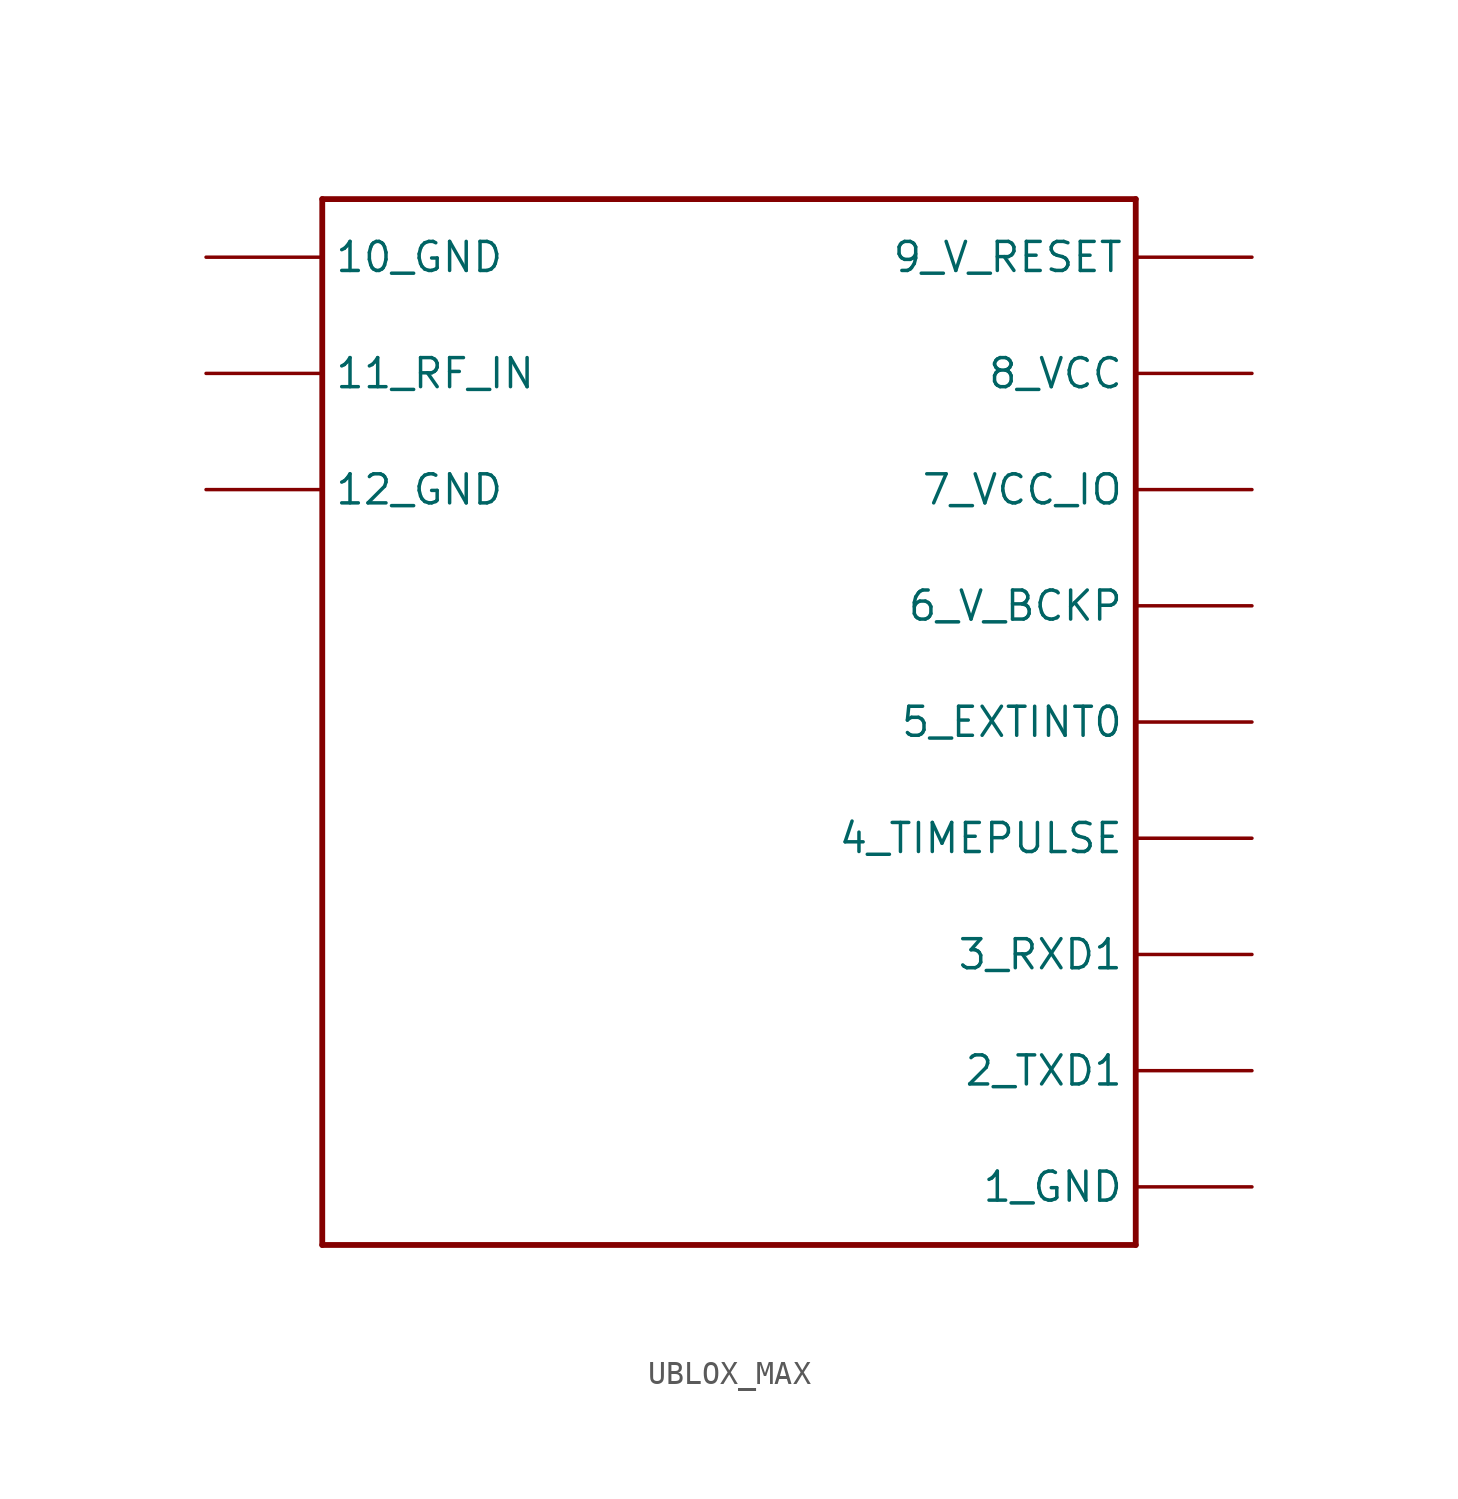
<source format=kicad_sym>
(kicad_symbol_lib
  (version 20211014)
  (generator kicad_symbol_editor)
  (symbol "UBLOX_MAX"
    (property "Reference" ""
      (at 0 0 0)
      (effects (font (size 1.27 1.27)) hide))
    (property "ki_locked" ""
      (at 0 0 0)
      (effects (font (size 1.27 1.27))))
    (symbol "UBLOX_MAX_1_0"
      (polyline (pts (xy -17.78 -27.94) (xy 17.78 -27.94)) (stroke (width 0.254) (type default) (color 0 0 0 0)) (fill (type none)))
      (polyline (pts (xy -17.78 17.78) (xy -17.78 -27.94)) (stroke (width 0.254) (type default) (color 0 0 0 0)) (fill (type none)))
      (polyline (pts (xy 17.78 -27.94) (xy 17.78 17.78)) (stroke (width 0.254) (type default) (color 0 0 0 0)) (fill (type none)))
      (polyline (pts (xy 17.78 17.78) (xy -17.78 17.78)) (stroke (width 0.254) (type default) (color 0 0 0 0)) (fill (type none)))
      (pin power_in line (at -22.86 15.24 0) (length 5.08) (name "10_GND" (effects (font (size 1.27 1.27)))) (number "10_GND" (effects (font (size 0 0)))))
      (pin bidirectional line (at -22.86 10.16 0) (length 5.08) (name "11_RF_IN" (effects (font (size 1.27 1.27)))) (number "11_RF_IN" (effects (font (size 0 0)))))
      (pin power_in line (at -22.86 5.08 0) (length 5.08) (name "12_GND" (effects (font (size 1.27 1.27)))) (number "12_GND" (effects (font (size 0 0)))))
      (pin power_in line (at 22.86 -25.4 180) (length 5.08) (name "1_GND" (effects (font (size 1.27 1.27)))) (number "1_GND" (effects (font (size 0 0)))))
      (pin bidirectional line (at 22.86 -20.32 180) (length 5.08) (name "2_TXD1" (effects (font (size 1.27 1.27)))) (number "2_TXD1" (effects (font (size 0 0)))))
      (pin bidirectional line (at 22.86 -15.24 180) (length 5.08) (name "3_RXD1" (effects (font (size 1.27 1.27)))) (number "3_RXD1" (effects (font (size 0 0)))))
      (pin bidirectional line (at 22.86 -10.16 180) (length 5.08) (name "4_TIMEPULSE" (effects (font (size 1.27 1.27)))) (number "4_TIMEPULSE" (effects (font (size 0 0)))))
      (pin bidirectional line (at 22.86 -5.08 180) (length 5.08) (name "5_EXTINT0" (effects (font (size 1.27 1.27)))) (number "5_EXTINT0" (effects (font (size 0 0)))))
      (pin bidirectional line (at 22.86 0 180) (length 5.08) (name "6_V_BCKP" (effects (font (size 1.27 1.27)))) (number "6_V_BCKP" (effects (font (size 0 0)))))
      (pin power_in line (at 22.86 5.08 180) (length 5.08) (name "7_VCC_IO" (effects (font (size 1.27 1.27)))) (number "7_VCC_IO" (effects (font (size 0 0)))))
      (pin power_in line (at 22.86 10.16 180) (length 5.08) (name "8_VCC" (effects (font (size 1.27 1.27)))) (number "8_VCC" (effects (font (size 0 0)))))
      (pin power_in line (at 22.86 15.24 180) (length 5.08) (name "9_V_RESET" (effects (font (size 1.27 1.27)))) (number "9_V_RESET" (effects (font (size 0 0))))))))
</source>
